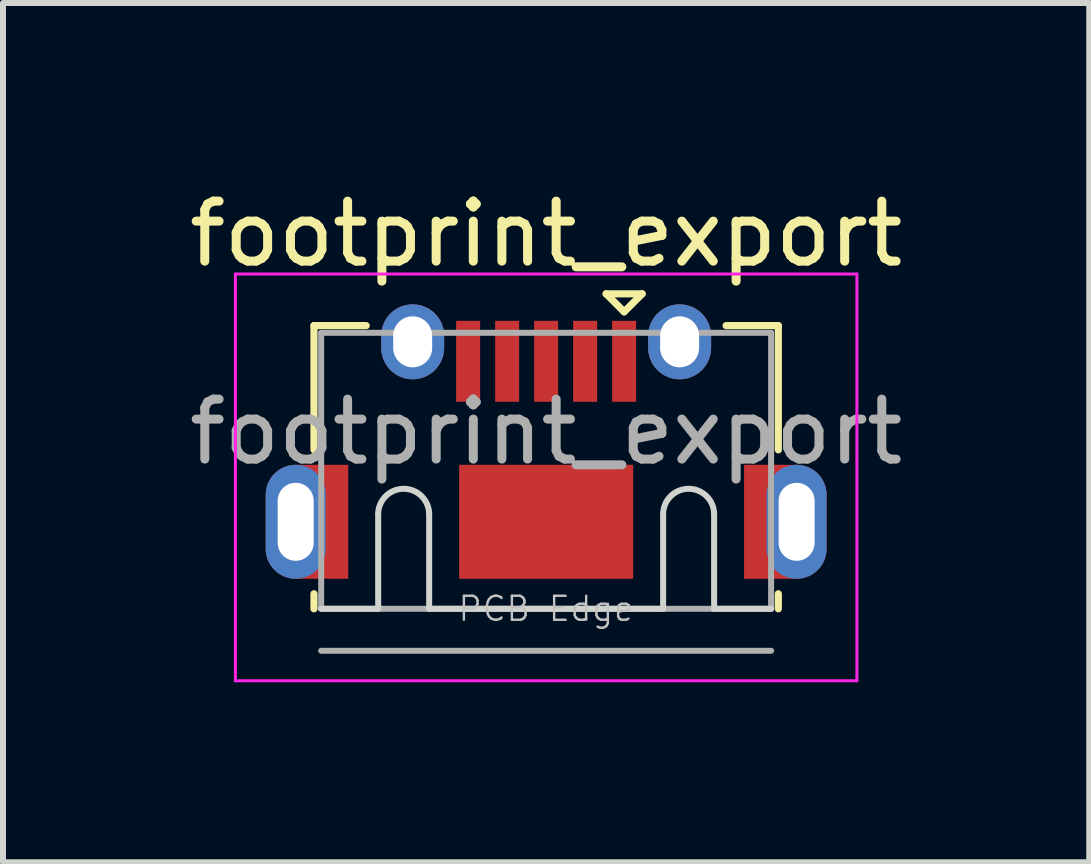
<source format=kicad_pcb>
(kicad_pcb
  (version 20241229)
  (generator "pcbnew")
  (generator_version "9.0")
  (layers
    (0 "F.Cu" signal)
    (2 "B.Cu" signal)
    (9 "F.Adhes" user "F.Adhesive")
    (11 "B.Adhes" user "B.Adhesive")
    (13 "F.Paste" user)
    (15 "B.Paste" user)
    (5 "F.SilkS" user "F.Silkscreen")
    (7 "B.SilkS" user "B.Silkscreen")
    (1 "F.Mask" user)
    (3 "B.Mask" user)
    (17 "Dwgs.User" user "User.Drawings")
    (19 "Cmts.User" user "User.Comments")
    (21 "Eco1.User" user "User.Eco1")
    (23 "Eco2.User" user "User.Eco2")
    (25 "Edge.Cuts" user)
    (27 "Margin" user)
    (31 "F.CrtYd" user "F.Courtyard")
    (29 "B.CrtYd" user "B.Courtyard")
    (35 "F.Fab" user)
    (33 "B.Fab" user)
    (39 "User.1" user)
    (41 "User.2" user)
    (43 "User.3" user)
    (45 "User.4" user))
  (footprint "footprint_export"
    (layer "F.Cu")
    (at 6.054 5.648)
    (property "Reference" "footprint_export" (at 0 -4.8 180) (layer "F.SilkS") (effects (font (size 1 1) (thickness 0.15))))
    (attr smd)
    (fp_line (start -3.87 -3.27) (end -3.87 -1.2) (stroke (width 0.12) (type solid)) (layer "F.SilkS"))
    (fp_line (start -3.87 -3.27) (end -3 -3.27) (stroke (width 0.12) (type solid)) (layer "F.SilkS"))
    (fp_line (start -3.87 1.2) (end -3.87 1.45) (stroke (width 0.12) (type solid)) (layer "F.SilkS"))
    (fp_line (start 1 -3.8) (end 1.6 -3.8) (stroke (width 0.12) (type solid)) (layer "F.SilkS"))
    (fp_line (start 1.3 -3.5) (end 1 -3.8) (stroke (width 0.12) (type solid)) (layer "F.SilkS"))
    (fp_line (start 1.3 -3.5) (end 1.6 -3.8) (stroke (width 0.12) (type solid)) (layer "F.SilkS"))
    (fp_line (start 3 -3.27) (end 3.87 -3.27) (stroke (width 0.12) (type solid)) (layer "F.SilkS"))
    (fp_line (start 3.87 -3.27) (end 3.87 -1.2) (stroke (width 0.12) (type solid)) (layer "F.SilkS"))
    (fp_line (start 3.87 1.2) (end 3.87 1.45) (stroke (width 0.12) (type solid)) (layer "F.SilkS"))
    (fp_line (start -3.75 1.45) (end -2.8 1.45) (stroke (width 0.1) (type solid)) (layer "Edge.Cuts"))
    (fp_line (start -2.8 -0.125) (end -2.8 1.45) (stroke (width 0.1) (type solid)) (layer "Edge.Cuts"))
    (fp_line (start -1.95 -0.125) (end -1.95 1.45) (stroke (width 0.1) (type solid)) (layer "Edge.Cuts"))
    (fp_line (start -1.95 1.45) (end 1.95 1.45) (stroke (width 0.1) (type solid)) (layer "Edge.Cuts"))
    (fp_line (start 1.95 -0.125) (end 1.95 1.45) (stroke (width 0.1) (type solid)) (layer "Edge.Cuts"))
    (fp_line (start 2.8 -0.125) (end 2.8 1.45) (stroke (width 0.1) (type solid)) (layer "Edge.Cuts"))
    (fp_line (start 2.8 1.45) (end 3.75 1.45) (stroke (width 0.1) (type solid)) (layer "Edge.Cuts"))
    (fp_arc (start -2.8 -0.125) (mid -2.375 -0.55) (end -1.95 -0.125) (stroke (width 0.1) (type solid)) (layer "Edge.Cuts"))
    (fp_arc (start 1.95 -0.125) (mid 2.375 -0.55) (end 2.8 -0.125) (stroke (width 0.1) (type solid)) (layer "Edge.Cuts"))
    (fp_line (start -5.18 -4.13) (end -5.18 2.65) (stroke (width 0.05) (type solid)) (layer "F.CrtYd"))
    (fp_line (start -5.18 -4.13) (end 5.18 -4.13) (stroke (width 0.05) (type solid)) (layer "F.CrtYd"))
    (fp_line (start -5.18 2.65) (end 5.18 2.65) (stroke (width 0.05) (type solid)) (layer "F.CrtYd"))
    (fp_line (start 5.18 -4.13) (end 5.18 2.65) (stroke (width 0.05) (type solid)) (layer "F.CrtYd"))
    (fp_line (start -3.75 -3.15) (end -3.75 1.45) (stroke (width 0.1) (type solid)) (layer "F.Fab"))
    (fp_line (start -3.75 -3.15) (end 3.75 -3.15) (stroke (width 0.1) (type solid)) (layer "F.Fab"))
    (fp_line (start -3.75 1.45) (end 3.75 1.45) (stroke (width 0.1) (type solid)) (layer "F.Fab"))
    (fp_line (start -3.75 2.15) (end 3.75 2.15) (stroke (width 0.1) (type solid)) (layer "F.Fab"))
    (fp_line (start 3.75 -3.15) (end 3.75 1.45) (stroke (width 0.1) (type solid)) (layer "F.Fab"))
    (fp_text user "PCB Edge" (at 0 1.45 0) (layer "Dwgs.User") (effects (font (size 0.4 0.4) (thickness 0.04))))
    (fp_text user "${REFERENCE}" (at 0 -1.5 0) (layer "F.Fab") (effects (font (size 1 1) (thickness 0.15))))
    (pad "" smd rect (at -3.5 0) (size 0.3 0.85) (layers "F.Paste"))
    (pad "" smd rect (at 3.5 0) (size 0.3 0.85) (layers "F.Paste"))
    (pad "1" smd rect (at 1.3 -2.675) (size 0.4 1.35) (layers "F.Cu" "F.Mask" "F.Paste"))
    (pad "2" smd rect (at 0.65 -2.675) (size 0.4 1.35) (layers "F.Cu" "F.Mask" "F.Paste"))
    (pad "3" smd rect (at 0 -2.675) (size 0.4 1.35) (layers "F.Cu" "F.Mask" "F.Paste"))
    (pad "4" smd rect (at -0.65 -2.675) (size 0.4 1.35) (layers "F.Cu" "F.Mask" "F.Paste"))
    (pad "5" smd rect (at -1.3 -2.675) (size 0.4 1.35) (layers "F.Cu" "F.Mask" "F.Paste"))
    (pad "6" thru_hole oval (at -4.175 0) (size 1 1.9) (drill oval 0.6 1.3) (layers "*.Cu" "*.Mask"))
    (pad "6" smd rect (at -3.737 0) (size 0.875 1.9) (layers "F.Cu" "F.Mask"))
    (pad "6" thru_hole oval (at -2.225 -3) (size 1.05 1.25) (drill oval 0.65 0.85) (layers "*.Cu" "*.Mask"))
    (pad "6" smd rect (at 0 0) (size 2.9 1.9) (layers "F.Cu" "F.Mask" "F.Paste"))
    (pad "6" thru_hole oval (at 2.225 -3) (size 1.05 1.25) (drill oval 0.65 0.85) (layers "*.Cu" "*.Mask"))
    (pad "6" smd rect (at 3.737 0) (size 0.875 1.9) (layers "F.Cu" "F.Mask"))
    (pad "6" thru_hole oval (at 4.175 0) (size 1 1.9) (drill oval 0.6 1.3) (layers "*.Cu" "*.Mask")))
  (gr_rect
    (start -3 -3)
    (end 15.107 11.323)
    (stroke (width 0.1) (type default))
    (fill no)
    (layer "Edge.Cuts")))
</source>
